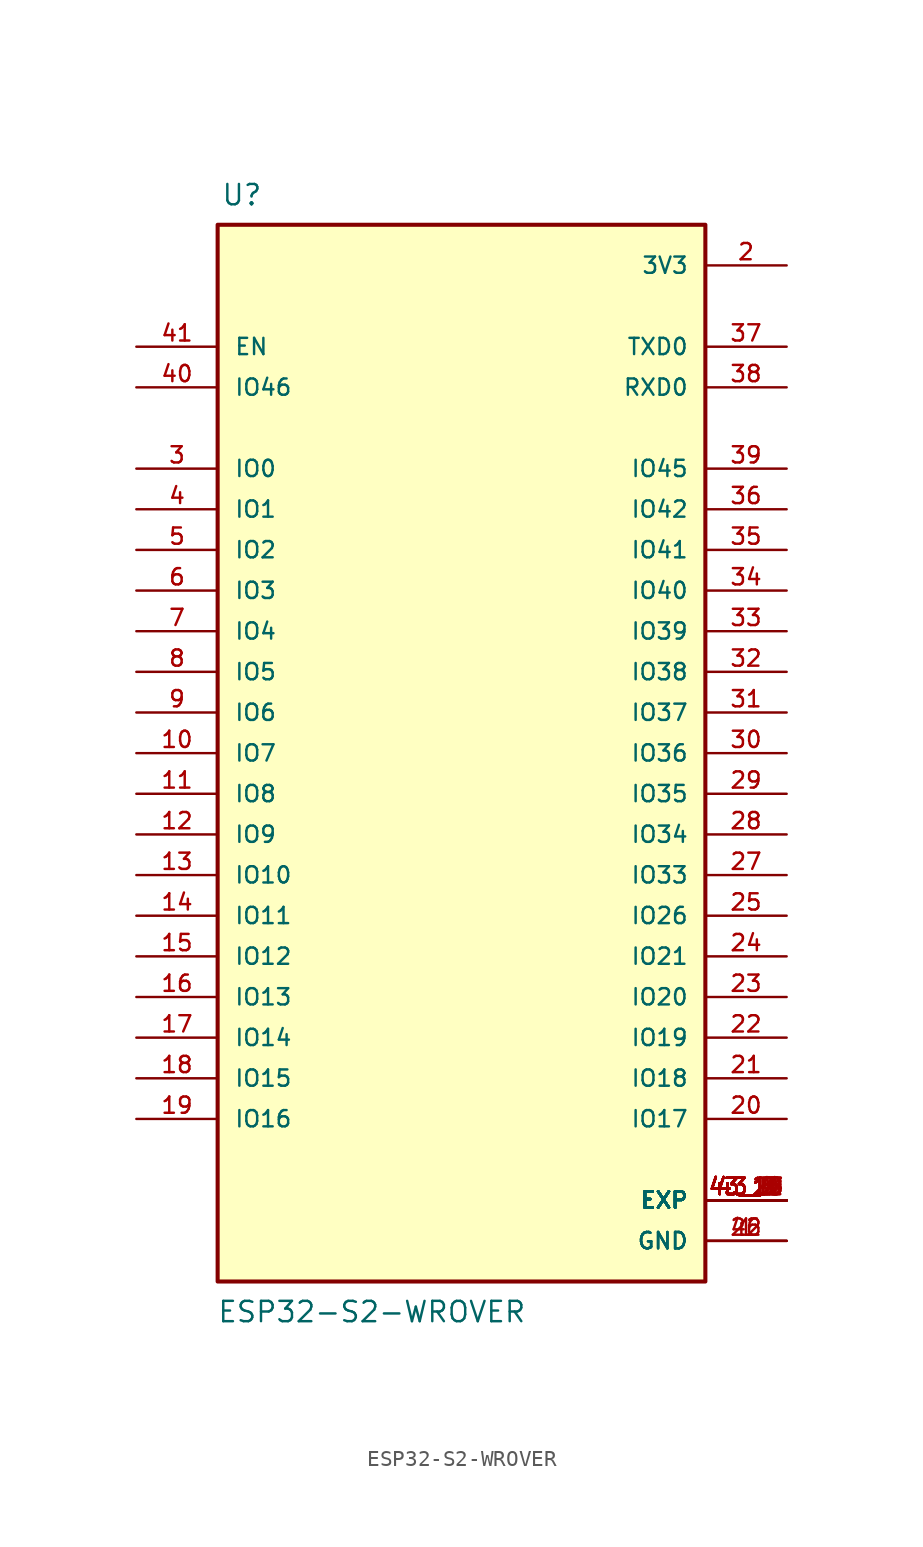
<source format=kicad_sym>
(kicad_symbol_lib
  (version 20211014)
  (generator kicad_symbol_editor)
  (symbol "ESP32-S2-WROVER"
    (pin_names
      (offset 1.016))
    (property "Reference" "U"
      (at -15.037 34.138 0)
      (effects (font (size 1.27 1.27)) (justify left bottom)))
    (property "Value" "ESP32-S2-WROVER"
      (at -15.291 -35.662 0)
      (effects (font (size 1.27 1.27)) (justify left bottom)))
    (property "ki_locked" ""
      (at 0 0 0)
      (effects (font (size 1.27 1.27))))
    (symbol "ESP32-S2-WROVER_0_0"
      (rectangle (start -15.24 -33.02) (end 15.24 33.02) (stroke (width 0.254) (type default) (color 0 0 0 0)) (fill (type background)))
      (pin power_in line (at 20.32 -30.48 180) (length 5.08) (name "GND" (effects (font (size 1.016 1.016)))) (number "1" (effects (font (size 1.016 1.016)))))
      (pin bidirectional line (at -20.32 0 0) (length 5.08) (name "IO7" (effects (font (size 1.016 1.016)))) (number "10" (effects (font (size 1.016 1.016)))))
      (pin bidirectional line (at -20.32 -2.54 0) (length 5.08) (name "IO8" (effects (font (size 1.016 1.016)))) (number "11" (effects (font (size 1.016 1.016)))))
      (pin bidirectional line (at -20.32 -5.08 0) (length 5.08) (name "IO9" (effects (font (size 1.016 1.016)))) (number "12" (effects (font (size 1.016 1.016)))))
      (pin bidirectional line (at -20.32 -7.62 0) (length 5.08) (name "IO10" (effects (font (size 1.016 1.016)))) (number "13" (effects (font (size 1.016 1.016)))))
      (pin bidirectional line (at -20.32 -10.16 0) (length 5.08) (name "IO11" (effects (font (size 1.016 1.016)))) (number "14" (effects (font (size 1.016 1.016)))))
      (pin bidirectional line (at -20.32 -12.7 0) (length 5.08) (name "IO12" (effects (font (size 1.016 1.016)))) (number "15" (effects (font (size 1.016 1.016)))))
      (pin bidirectional line (at -20.32 -15.24 0) (length 5.08) (name "IO13" (effects (font (size 1.016 1.016)))) (number "16" (effects (font (size 1.016 1.016)))))
      (pin bidirectional line (at -20.32 -17.78 0) (length 5.08) (name "IO14" (effects (font (size 1.016 1.016)))) (number "17" (effects (font (size 1.016 1.016)))))
      (pin bidirectional line (at -20.32 -20.32 0) (length 5.08) (name "IO15" (effects (font (size 1.016 1.016)))) (number "18" (effects (font (size 1.016 1.016)))))
      (pin bidirectional line (at -20.32 -22.86 0) (length 5.08) (name "IO16" (effects (font (size 1.016 1.016)))) (number "19" (effects (font (size 1.016 1.016)))))
      (pin power_in line (at 20.32 30.48 180) (length 5.08) (name "3V3" (effects (font (size 1.016 1.016)))) (number "2" (effects (font (size 1.016 1.016)))))
      (pin bidirectional line (at 20.32 -22.86 180) (length 5.08) (name "IO17" (effects (font (size 1.016 1.016)))) (number "20" (effects (font (size 1.016 1.016)))))
      (pin bidirectional line (at 20.32 -20.32 180) (length 5.08) (name "IO18" (effects (font (size 1.016 1.016)))) (number "21" (effects (font (size 1.016 1.016)))))
      (pin bidirectional line (at 20.32 -17.78 180) (length 5.08) (name "IO19" (effects (font (size 1.016 1.016)))) (number "22" (effects (font (size 1.016 1.016)))))
      (pin bidirectional line (at 20.32 -15.24 180) (length 5.08) (name "IO20" (effects (font (size 1.016 1.016)))) (number "23" (effects (font (size 1.016 1.016)))))
      (pin bidirectional line (at 20.32 -12.7 180) (length 5.08) (name "IO21" (effects (font (size 1.016 1.016)))) (number "24" (effects (font (size 1.016 1.016)))))
      (pin bidirectional line (at 20.32 -10.16 180) (length 5.08) (name "IO26" (effects (font (size 1.016 1.016)))) (number "25" (effects (font (size 1.016 1.016)))))
      (pin power_in line (at 20.32 -30.48 180) (length 5.08) (name "GND" (effects (font (size 1.016 1.016)))) (number "26" (effects (font (size 1.016 1.016)))))
      (pin bidirectional line (at 20.32 -7.62 180) (length 5.08) (name "IO33" (effects (font (size 1.016 1.016)))) (number "27" (effects (font (size 1.016 1.016)))))
      (pin bidirectional line (at 20.32 -5.08 180) (length 5.08) (name "IO34" (effects (font (size 1.016 1.016)))) (number "28" (effects (font (size 1.016 1.016)))))
      (pin bidirectional line (at 20.32 -2.54 180) (length 5.08) (name "IO35" (effects (font (size 1.016 1.016)))) (number "29" (effects (font (size 1.016 1.016)))))
      (pin bidirectional line (at -20.32 17.78 0) (length 5.08) (name "IO0" (effects (font (size 1.016 1.016)))) (number "3" (effects (font (size 1.016 1.016)))))
      (pin bidirectional line (at 20.32 0 180) (length 5.08) (name "IO36" (effects (font (size 1.016 1.016)))) (number "30" (effects (font (size 1.016 1.016)))))
      (pin bidirectional line (at 20.32 2.54 180) (length 5.08) (name "IO37" (effects (font (size 1.016 1.016)))) (number "31" (effects (font (size 1.016 1.016)))))
      (pin bidirectional line (at 20.32 5.08 180) (length 5.08) (name "IO38" (effects (font (size 1.016 1.016)))) (number "32" (effects (font (size 1.016 1.016)))))
      (pin bidirectional line (at 20.32 7.62 180) (length 5.08) (name "IO39" (effects (font (size 1.016 1.016)))) (number "33" (effects (font (size 1.016 1.016)))))
      (pin bidirectional line (at 20.32 10.16 180) (length 5.08) (name "IO40" (effects (font (size 1.016 1.016)))) (number "34" (effects (font (size 1.016 1.016)))))
      (pin bidirectional line (at 20.32 12.7 180) (length 5.08) (name "IO41" (effects (font (size 1.016 1.016)))) (number "35" (effects (font (size 1.016 1.016)))))
      (pin bidirectional line (at 20.32 15.24 180) (length 5.08) (name "IO42" (effects (font (size 1.016 1.016)))) (number "36" (effects (font (size 1.016 1.016)))))
      (pin bidirectional line (at 20.32 25.4 180) (length 5.08) (name "TXD0" (effects (font (size 1.016 1.016)))) (number "37" (effects (font (size 1.016 1.016)))))
      (pin bidirectional line (at 20.32 22.86 180) (length 5.08) (name "RXD0" (effects (font (size 1.016 1.016)))) (number "38" (effects (font (size 1.016 1.016)))))
      (pin bidirectional line (at 20.32 17.78 180) (length 5.08) (name "IO45" (effects (font (size 1.016 1.016)))) (number "39" (effects (font (size 1.016 1.016)))))
      (pin bidirectional line (at -20.32 15.24 0) (length 5.08) (name "IO1" (effects (font (size 1.016 1.016)))) (number "4" (effects (font (size 1.016 1.016)))))
      (pin input line (at -20.32 22.86 0) (length 5.08) (name "IO46" (effects (font (size 1.016 1.016)))) (number "40" (effects (font (size 1.016 1.016)))))
      (pin input line (at -20.32 25.4 0) (length 5.08) (name "EN" (effects (font (size 1.016 1.016)))) (number "41" (effects (font (size 1.016 1.016)))))
      (pin power_in line (at 20.32 -30.48 180) (length 5.08) (name "GND" (effects (font (size 1.016 1.016)))) (number "42" (effects (font (size 1.016 1.016)))))
      (pin power_in line (at 20.32 -27.94 180) (length 5.08) (name "EXP" (effects (font (size 1.016 1.016)))) (number "43_1" (effects (font (size 1.016 1.016)))))
      (pin power_in line (at 20.32 -27.94 180) (length 5.08) (name "EXP" (effects (font (size 1.016 1.016)))) (number "43_10" (effects (font (size 1.016 1.016)))))
      (pin power_in line (at 20.32 -27.94 180) (length 5.08) (name "EXP" (effects (font (size 1.016 1.016)))) (number "43_11" (effects (font (size 1.016 1.016)))))
      (pin power_in line (at 20.32 -27.94 180) (length 5.08) (name "EXP" (effects (font (size 1.016 1.016)))) (number "43_12" (effects (font (size 1.016 1.016)))))
      (pin power_in line (at 20.32 -27.94 180) (length 5.08) (name "EXP" (effects (font (size 1.016 1.016)))) (number "43_13" (effects (font (size 1.016 1.016)))))
      (pin power_in line (at 20.32 -27.94 180) (length 5.08) (name "EXP" (effects (font (size 1.016 1.016)))) (number "43_14" (effects (font (size 1.016 1.016)))))
      (pin power_in line (at 20.32 -27.94 180) (length 5.08) (name "EXP" (effects (font (size 1.016 1.016)))) (number "43_15" (effects (font (size 1.016 1.016)))))
      (pin power_in line (at 20.32 -27.94 180) (length 5.08) (name "EXP" (effects (font (size 1.016 1.016)))) (number "43_16" (effects (font (size 1.016 1.016)))))
      (pin power_in line (at 20.32 -27.94 180) (length 5.08) (name "EXP" (effects (font (size 1.016 1.016)))) (number "43_17" (effects (font (size 1.016 1.016)))))
      (pin power_in line (at 20.32 -27.94 180) (length 5.08) (name "EXP" (effects (font (size 1.016 1.016)))) (number "43_18" (effects (font (size 1.016 1.016)))))
      (pin power_in line (at 20.32 -27.94 180) (length 5.08) (name "EXP" (effects (font (size 1.016 1.016)))) (number "43_19" (effects (font (size 1.016 1.016)))))
      (pin power_in line (at 20.32 -27.94 180) (length 5.08) (name "EXP" (effects (font (size 1.016 1.016)))) (number "43_2" (effects (font (size 1.016 1.016)))))
      (pin power_in line (at 20.32 -27.94 180) (length 5.08) (name "EXP" (effects (font (size 1.016 1.016)))) (number "43_20" (effects (font (size 1.016 1.016)))))
      (pin power_in line (at 20.32 -27.94 180) (length 5.08) (name "EXP" (effects (font (size 1.016 1.016)))) (number "43_21" (effects (font (size 1.016 1.016)))))
      (pin power_in line (at 20.32 -27.94 180) (length 5.08) (name "EXP" (effects (font (size 1.016 1.016)))) (number "43_3" (effects (font (size 1.016 1.016)))))
      (pin power_in line (at 20.32 -27.94 180) (length 5.08) (name "EXP" (effects (font (size 1.016 1.016)))) (number "43_4" (effects (font (size 1.016 1.016)))))
      (pin power_in line (at 20.32 -27.94 180) (length 5.08) (name "EXP" (effects (font (size 1.016 1.016)))) (number "43_5" (effects (font (size 1.016 1.016)))))
      (pin power_in line (at 20.32 -27.94 180) (length 5.08) (name "EXP" (effects (font (size 1.016 1.016)))) (number "43_6" (effects (font (size 1.016 1.016)))))
      (pin power_in line (at 20.32 -27.94 180) (length 5.08) (name "EXP" (effects (font (size 1.016 1.016)))) (number "43_7" (effects (font (size 1.016 1.016)))))
      (pin power_in line (at 20.32 -27.94 180) (length 5.08) (name "EXP" (effects (font (size 1.016 1.016)))) (number "43_8" (effects (font (size 1.016 1.016)))))
      (pin power_in line (at 20.32 -27.94 180) (length 5.08) (name "EXP" (effects (font (size 1.016 1.016)))) (number "43_9" (effects (font (size 1.016 1.016)))))
      (pin bidirectional line (at -20.32 12.7 0) (length 5.08) (name "IO2" (effects (font (size 1.016 1.016)))) (number "5" (effects (font (size 1.016 1.016)))))
      (pin bidirectional line (at -20.32 10.16 0) (length 5.08) (name "IO3" (effects (font (size 1.016 1.016)))) (number "6" (effects (font (size 1.016 1.016)))))
      (pin bidirectional line (at -20.32 7.62 0) (length 5.08) (name "IO4" (effects (font (size 1.016 1.016)))) (number "7" (effects (font (size 1.016 1.016)))))
      (pin bidirectional line (at -20.32 5.08 0) (length 5.08) (name "IO5" (effects (font (size 1.016 1.016)))) (number "8" (effects (font (size 1.016 1.016)))))
      (pin bidirectional line (at -20.32 2.54 0) (length 5.08) (name "IO6" (effects (font (size 1.016 1.016)))) (number "9" (effects (font (size 1.016 1.016))))))))
</source>
